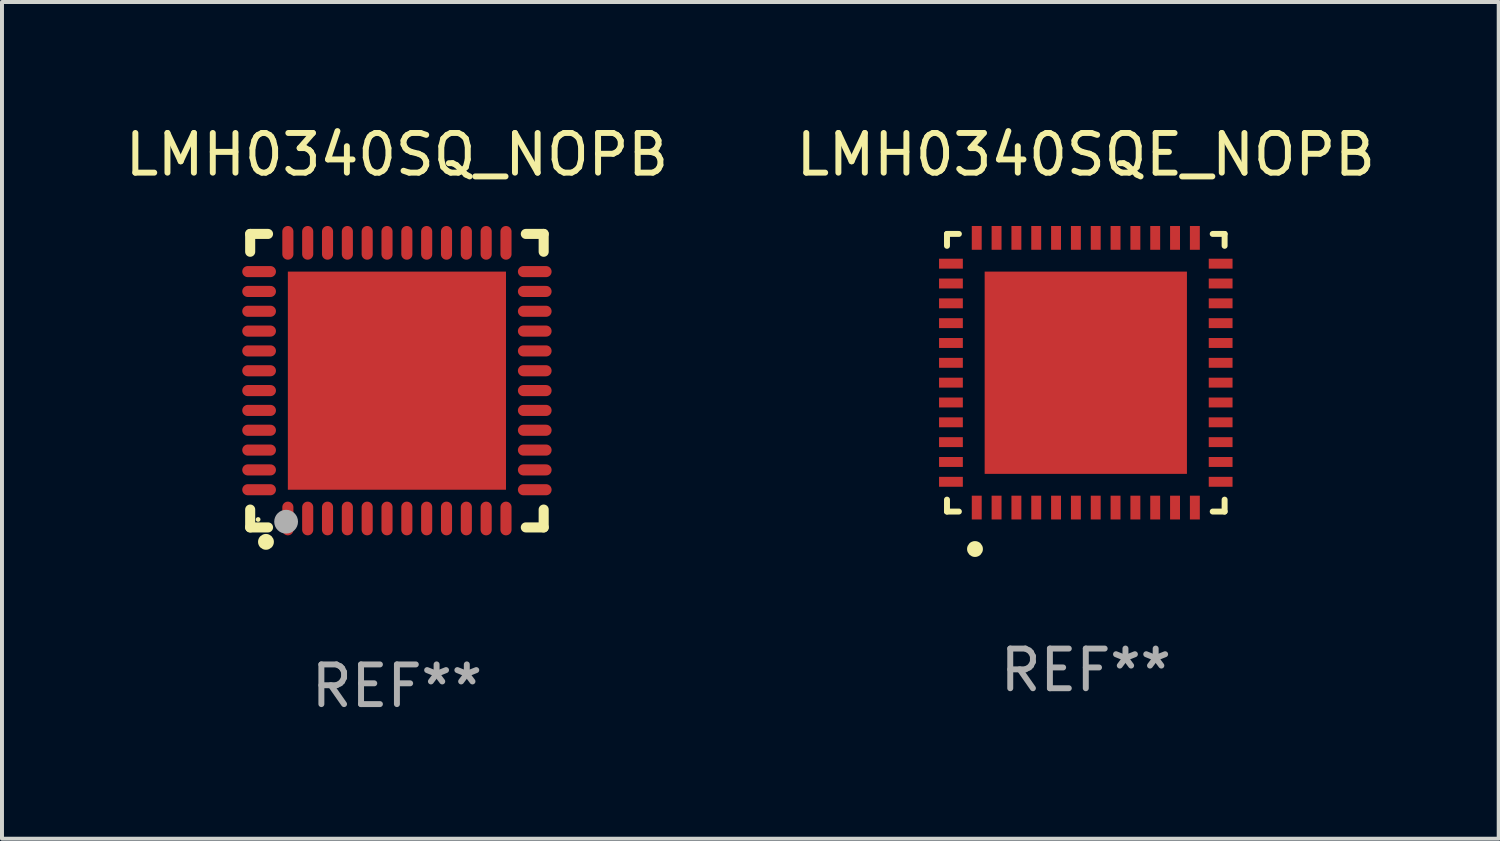
<source format=kicad_pcb>
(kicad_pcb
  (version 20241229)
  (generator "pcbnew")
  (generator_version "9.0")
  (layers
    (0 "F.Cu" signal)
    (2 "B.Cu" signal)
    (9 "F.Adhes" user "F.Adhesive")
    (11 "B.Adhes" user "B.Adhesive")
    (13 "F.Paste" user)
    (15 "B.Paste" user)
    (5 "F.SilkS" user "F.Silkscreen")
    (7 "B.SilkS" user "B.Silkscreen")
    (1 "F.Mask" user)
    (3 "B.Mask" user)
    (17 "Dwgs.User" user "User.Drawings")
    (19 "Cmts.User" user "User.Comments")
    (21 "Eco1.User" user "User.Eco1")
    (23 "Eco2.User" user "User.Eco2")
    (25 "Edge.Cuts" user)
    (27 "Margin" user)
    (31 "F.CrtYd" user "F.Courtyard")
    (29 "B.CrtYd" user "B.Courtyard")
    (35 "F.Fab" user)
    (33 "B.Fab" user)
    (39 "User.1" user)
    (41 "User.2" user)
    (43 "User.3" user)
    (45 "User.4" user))
  (footprint "LMH0340SQ_NOPB"
    (layer "F.Cu")
    (at 6.958 6.548)
    (property "Reference" "LMH0340SQ_NOPB" (at 0 -5.7 0) (layer "F.SilkS") (effects (font (size 1 1) (thickness 0.15))))
    (attr through_hole)
    (fp_line (start -3.7 -3.7) (end -3.25 -3.7) (stroke (width 0.254) (type solid)) (layer "F.SilkS"))
    (fp_line (start -3.7 -3.25) (end -3.7 -3.7) (stroke (width 0.254) (type solid)) (layer "F.SilkS"))
    (fp_line (start -3.7 3.7) (end -3.7 3.25) (stroke (width 0.254) (type solid)) (layer "F.SilkS"))
    (fp_line (start -3.25 3.7) (end -3.7 3.7) (stroke (width 0.254) (type solid)) (layer "F.SilkS"))
    (fp_line (start 3.25 3.7) (end 3.7 3.7) (stroke (width 0.254) (type solid)) (layer "F.SilkS"))
    (fp_line (start 3.7 -3.7) (end 3.25 -3.7) (stroke (width 0.254) (type solid)) (layer "F.SilkS"))
    (fp_line (start 3.7 -3.25) (end 3.7 -3.7) (stroke (width 0.254) (type solid)) (layer "F.SilkS"))
    (fp_line (start 3.7 3.7) (end 3.7 3.25) (stroke (width 0.254) (type solid)) (layer "F.SilkS"))
    (fp_circle (center -3.5 3.5) (end -3.47 3.5) (stroke (width 0.06) (type solid)) (fill no) (layer "F.SilkS"))
    (fp_circle (center -3.302 4.064) (end -3.202 4.064) (stroke (width 0.2) (type solid)) (fill no) (layer "F.SilkS"))
    (fp_circle (center -2.794 3.556) (end -2.644 3.556) (stroke (width 0.3) (type solid)) (fill no) (layer "F.Fab"))
    (fp_text user "REF**" (at 0 7.7 0) (layer "F.Fab") (effects (font (size 1 1) (thickness 0.15))))
    (pad "1" smd oval (at -2.75 3.475) (size 0.28 0.85) (layers "F.Cu" "F.Mask" "F.Paste"))
    (pad "2" smd oval (at -2.25 3.475) (size 0.28 0.85) (layers "F.Cu" "F.Mask" "F.Paste"))
    (pad "3" smd oval (at -1.75 3.475) (size 0.28 0.85) (layers "F.Cu" "F.Mask" "F.Paste"))
    (pad "4" smd oval (at -1.25 3.475) (size 0.28 0.85) (layers "F.Cu" "F.Mask" "F.Paste"))
    (pad "5" smd oval (at -0.75 3.475) (size 0.28 0.85) (layers "F.Cu" "F.Mask" "F.Paste"))
    (pad "6" smd oval (at -0.25 3.475) (size 0.28 0.85) (layers "F.Cu" "F.Mask" "F.Paste"))
    (pad "7" smd oval (at 0.25 3.475) (size 0.28 0.85) (layers "F.Cu" "F.Mask" "F.Paste"))
    (pad "8" smd oval (at 0.75 3.475) (size 0.28 0.85) (layers "F.Cu" "F.Mask" "F.Paste"))
    (pad "9" smd oval (at 1.25 3.475) (size 0.28 0.85) (layers "F.Cu" "F.Mask" "F.Paste"))
    (pad "10" smd oval (at 1.75 3.475) (size 0.28 0.85) (layers "F.Cu" "F.Mask" "F.Paste"))
    (pad "11" smd oval (at 2.25 3.475) (size 0.28 0.85) (layers "F.Cu" "F.Mask" "F.Paste"))
    (pad "12" smd oval (at 2.75 3.475) (size 0.28 0.85) (layers "F.Cu" "F.Mask" "F.Paste"))
    (pad "13" smd oval (at 3.475 2.75) (size 0.85 0.28) (layers "F.Cu" "F.Mask" "F.Paste"))
    (pad "14" smd oval (at 3.475 2.25) (size 0.85 0.28) (layers "F.Cu" "F.Mask" "F.Paste"))
    (pad "15" smd oval (at 3.475 1.75) (size 0.85 0.28) (layers "F.Cu" "F.Mask" "F.Paste"))
    (pad "16" smd oval (at 3.475 1.25) (size 0.85 0.28) (layers "F.Cu" "F.Mask" "F.Paste"))
    (pad "17" smd oval (at 3.475 0.75) (size 0.85 0.28) (layers "F.Cu" "F.Mask" "F.Paste"))
    (pad "18" smd oval (at 3.475 0.25) (size 0.85 0.28) (layers "F.Cu" "F.Mask" "F.Paste"))
    (pad "19" smd oval (at 3.475 -0.25) (size 0.85 0.28) (layers "F.Cu" "F.Mask" "F.Paste"))
    (pad "20" smd oval (at 3.475 -0.75) (size 0.85 0.28) (layers "F.Cu" "F.Mask" "F.Paste"))
    (pad "21" smd oval (at 3.475 -1.25) (size 0.85 0.28) (layers "F.Cu" "F.Mask" "F.Paste"))
    (pad "22" smd oval (at 3.475 -1.75) (size 0.85 0.28) (layers "F.Cu" "F.Mask" "F.Paste"))
    (pad "23" smd oval (at 3.475 -2.25) (size 0.85 0.28) (layers "F.Cu" "F.Mask" "F.Paste"))
    (pad "24" smd oval (at 3.475 -2.75) (size 0.85 0.28) (layers "F.Cu" "F.Mask" "F.Paste"))
    (pad "25" smd oval (at 2.75 -3.475) (size 0.28 0.85) (layers "F.Cu" "F.Mask" "F.Paste"))
    (pad "26" smd oval (at 2.25 -3.475) (size 0.28 0.85) (layers "F.Cu" "F.Mask" "F.Paste"))
    (pad "27" smd oval (at 1.75 -3.475) (size 0.28 0.85) (layers "F.Cu" "F.Mask" "F.Paste"))
    (pad "28" smd oval (at 1.25 -3.475) (size 0.28 0.85) (layers "F.Cu" "F.Mask" "F.Paste"))
    (pad "29" smd oval (at 0.75 -3.475) (size 0.28 0.85) (layers "F.Cu" "F.Mask" "F.Paste"))
    (pad "30" smd oval (at 0.25 -3.475) (size 0.28 0.85) (layers "F.Cu" "F.Mask" "F.Paste"))
    (pad "31" smd oval (at -0.25 -3.475) (size 0.28 0.85) (layers "F.Cu" "F.Mask" "F.Paste"))
    (pad "32" smd oval (at -0.75 -3.475) (size 0.28 0.85) (layers "F.Cu" "F.Mask" "F.Paste"))
    (pad "33" smd oval (at -1.25 -3.475) (size 0.28 0.85) (layers "F.Cu" "F.Mask" "F.Paste"))
    (pad "34" smd oval (at -1.75 -3.475) (size 0.28 0.85) (layers "F.Cu" "F.Mask" "F.Paste"))
    (pad "35" smd oval (at -2.25 -3.475) (size 0.28 0.85) (layers "F.Cu" "F.Mask" "F.Paste"))
    (pad "36" smd oval (at -2.75 -3.475) (size 0.28 0.85) (layers "F.Cu" "F.Mask" "F.Paste"))
    (pad "37" smd oval (at -3.475 -2.75) (size 0.85 0.28) (layers "F.Cu" "F.Mask" "F.Paste"))
    (pad "38" smd oval (at -3.475 -2.25) (size 0.85 0.28) (layers "F.Cu" "F.Mask" "F.Paste"))
    (pad "39" smd oval (at -3.475 -1.75) (size 0.85 0.28) (layers "F.Cu" "F.Mask" "F.Paste"))
    (pad "40" smd oval (at -3.475 -1.25) (size 0.85 0.28) (layers "F.Cu" "F.Mask" "F.Paste"))
    (pad "41" smd oval (at -3.475 -0.75) (size 0.85 0.28) (layers "F.Cu" "F.Mask" "F.Paste"))
    (pad "42" smd oval (at -3.475 -0.25) (size 0.85 0.28) (layers "F.Cu" "F.Mask" "F.Paste"))
    (pad "43" smd oval (at -3.475 0.25) (size 0.85 0.28) (layers "F.Cu" "F.Mask" "F.Paste"))
    (pad "44" smd oval (at -3.475 0.75) (size 0.85 0.28) (layers "F.Cu" "F.Mask" "F.Paste"))
    (pad "45" smd oval (at -3.475 1.25) (size 0.85 0.28) (layers "F.Cu" "F.Mask" "F.Paste"))
    (pad "46" smd oval (at -3.475 1.75) (size 0.85 0.28) (layers "F.Cu" "F.Mask" "F.Paste"))
    (pad "47" smd oval (at -3.475 2.25) (size 0.85 0.28) (layers "F.Cu" "F.Mask" "F.Paste"))
    (pad "48" smd oval (at -3.475 2.75) (size 0.85 0.28) (layers "F.Cu" "F.Mask" "F.Paste"))
    (pad "49" smd rect (at -0.000102 0.000102) (size 5.5 5.5) (layers "F.Cu" "F.Mask" "F.Paste")))
  (footprint "LMH0340SQE_NOPB"
    (layer "F.Cu")
    (at 24.327 6.348)
    (property "Reference" "LMH0340SQE_NOPB" (at 0 -5.5 0) (layer "F.SilkS") (effects (font (size 1 1) (thickness 0.15))))
    (attr through_hole)
    (fp_line (start -3.5 -3.5) (end -3.2 -3.5) (stroke (width 0.15) (type solid)) (layer "F.SilkS"))
    (fp_line (start -3.5 -3.2) (end -3.5 -3.5) (stroke (width 0.15) (type solid)) (layer "F.SilkS"))
    (fp_line (start -3.5 3.5) (end -3.5 3.2) (stroke (width 0.15) (type solid)) (layer "F.SilkS"))
    (fp_line (start -3.2 3.5) (end -3.5 3.5) (stroke (width 0.15) (type solid)) (layer "F.SilkS"))
    (fp_line (start 3.2 -3.5) (end 3.5 -3.5) (stroke (width 0.15) (type solid)) (layer "F.SilkS"))
    (fp_line (start 3.5 -3.5) (end 3.5 -3.2) (stroke (width 0.15) (type solid)) (layer "F.SilkS"))
    (fp_line (start 3.5 3.2) (end 3.5 3.5) (stroke (width 0.15) (type solid)) (layer "F.SilkS"))
    (fp_line (start 3.5 3.5) (end 3.2 3.5) (stroke (width 0.15) (type solid)) (layer "F.SilkS"))
    (fp_circle (center -2.794 4.445) (end -2.694 4.445) (stroke (width 0.2) (type solid)) (fill no) (layer "F.SilkS"))
    (fp_text user "REF**" (at 0 7.5 0) (layer "F.Fab") (effects (font (size 1 1) (thickness 0.15))))
    (pad "1" smd rect (at -2.75 3.4 180) (size 0.25 0.6) (layers "F.Cu" "F.Mask" "F.Paste"))
    (pad "2" smd rect (at -2.25 3.4 180) (size 0.25 0.6) (layers "F.Cu" "F.Mask" "F.Paste"))
    (pad "3" smd rect (at -1.75 3.4 180) (size 0.25 0.6) (layers "F.Cu" "F.Mask" "F.Paste"))
    (pad "4" smd rect (at -1.25 3.4 180) (size 0.25 0.6) (layers "F.Cu" "F.Mask" "F.Paste"))
    (pad "5" smd rect (at -0.75 3.4 180) (size 0.25 0.6) (layers "F.Cu" "F.Mask" "F.Paste"))
    (pad "6" smd rect (at -0.25 3.4 180) (size 0.25 0.6) (layers "F.Cu" "F.Mask" "F.Paste"))
    (pad "7" smd rect (at 0.25 3.4 180) (size 0.25 0.6) (layers "F.Cu" "F.Mask" "F.Paste"))
    (pad "8" smd rect (at 0.75 3.4 180) (size 0.25 0.6) (layers "F.Cu" "F.Mask" "F.Paste"))
    (pad "9" smd rect (at 1.25 3.4 180) (size 0.25 0.6) (layers "F.Cu" "F.Mask" "F.Paste"))
    (pad "10" smd rect (at 1.75 3.4 180) (size 0.25 0.6) (layers "F.Cu" "F.Mask" "F.Paste"))
    (pad "11" smd rect (at 2.25 3.4 180) (size 0.25 0.6) (layers "F.Cu" "F.Mask" "F.Paste"))
    (pad "12" smd rect (at 2.75 3.4 180) (size 0.25 0.6) (layers "F.Cu" "F.Mask" "F.Paste"))
    (pad "13" smd rect (at 3.4 2.75 90) (size 0.25 0.6) (layers "F.Cu" "F.Mask" "F.Paste"))
    (pad "14" smd rect (at 3.4 2.25 90) (size 0.25 0.6) (layers "F.Cu" "F.Mask" "F.Paste"))
    (pad "15" smd rect (at 3.4 1.75 90) (size 0.25 0.6) (layers "F.Cu" "F.Mask" "F.Paste"))
    (pad "16" smd rect (at 3.4 1.25 90) (size 0.25 0.6) (layers "F.Cu" "F.Mask" "F.Paste"))
    (pad "17" smd rect (at 3.4 0.75 90) (size 0.25 0.6) (layers "F.Cu" "F.Mask" "F.Paste"))
    (pad "18" smd rect (at 3.4 0.25 90) (size 0.25 0.6) (layers "F.Cu" "F.Mask" "F.Paste"))
    (pad "19" smd rect (at 3.4 -0.25 90) (size 0.25 0.6) (layers "F.Cu" "F.Mask" "F.Paste"))
    (pad "20" smd rect (at 3.4 -0.75 90) (size 0.25 0.6) (layers "F.Cu" "F.Mask" "F.Paste"))
    (pad "21" smd rect (at 3.4 -1.25 90) (size 0.25 0.6) (layers "F.Cu" "F.Mask" "F.Paste"))
    (pad "22" smd rect (at 3.4 -1.75 90) (size 0.25 0.6) (layers "F.Cu" "F.Mask" "F.Paste"))
    (pad "23" smd rect (at 3.4 -2.25 90) (size 0.25 0.6) (layers "F.Cu" "F.Mask" "F.Paste"))
    (pad "24" smd rect (at 3.4 -2.75 90) (size 0.25 0.6) (layers "F.Cu" "F.Mask" "F.Paste"))
    (pad "25" smd rect (at 2.75 -3.4 180) (size 0.25 0.6) (layers "F.Cu" "F.Mask" "F.Paste"))
    (pad "26" smd rect (at 2.25 -3.4 180) (size 0.25 0.6) (layers "F.Cu" "F.Mask" "F.Paste"))
    (pad "27" smd rect (at 1.75 -3.4 180) (size 0.25 0.6) (layers "F.Cu" "F.Mask" "F.Paste"))
    (pad "28" smd rect (at 1.25 -3.4 180) (size 0.25 0.6) (layers "F.Cu" "F.Mask" "F.Paste"))
    (pad "29" smd rect (at 0.75 -3.4 180) (size 0.25 0.6) (layers "F.Cu" "F.Mask" "F.Paste"))
    (pad "30" smd rect (at 0.25 -3.4 180) (size 0.25 0.6) (layers "F.Cu" "F.Mask" "F.Paste"))
    (pad "31" smd rect (at -0.25 -3.4 180) (size 0.25 0.6) (layers "F.Cu" "F.Mask" "F.Paste"))
    (pad "32" smd rect (at -0.75 -3.4 180) (size 0.25 0.6) (layers "F.Cu" "F.Mask" "F.Paste"))
    (pad "33" smd rect (at -1.25 -3.4 180) (size 0.25 0.6) (layers "F.Cu" "F.Mask" "F.Paste"))
    (pad "34" smd rect (at -1.75 -3.4 180) (size 0.25 0.6) (layers "F.Cu" "F.Mask" "F.Paste"))
    (pad "35" smd rect (at -2.25 -3.4 180) (size 0.25 0.6) (layers "F.Cu" "F.Mask" "F.Paste"))
    (pad "36" smd rect (at -2.75 -3.4 180) (size 0.25 0.6) (layers "F.Cu" "F.Mask" "F.Paste"))
    (pad "37" smd rect (at -3.4 -2.75 90) (size 0.25 0.6) (layers "F.Cu" "F.Mask" "F.Paste"))
    (pad "38" smd rect (at -3.4 -2.25 90) (size 0.25 0.6) (layers "F.Cu" "F.Mask" "F.Paste"))
    (pad "39" smd rect (at -3.4 -1.75 90) (size 0.25 0.6) (layers "F.Cu" "F.Mask" "F.Paste"))
    (pad "40" smd rect (at -3.4 -1.25 90) (size 0.25 0.6) (layers "F.Cu" "F.Mask" "F.Paste"))
    (pad "41" smd rect (at -3.4 -0.75 90) (size 0.25 0.6) (layers "F.Cu" "F.Mask" "F.Paste"))
    (pad "42" smd rect (at -3.4 -0.25 90) (size 0.25 0.6) (layers "F.Cu" "F.Mask" "F.Paste"))
    (pad "43" smd rect (at -3.4 0.25 90) (size 0.25 0.6) (layers "F.Cu" "F.Mask" "F.Paste"))
    (pad "44" smd rect (at -3.4 0.75 90) (size 0.25 0.6) (layers "F.Cu" "F.Mask" "F.Paste"))
    (pad "45" smd rect (at -3.4 1.25 90) (size 0.25 0.6) (layers "F.Cu" "F.Mask" "F.Paste"))
    (pad "46" smd rect (at -3.4 1.75 90) (size 0.25 0.6) (layers "F.Cu" "F.Mask" "F.Paste"))
    (pad "47" smd rect (at -3.4 2.25 90) (size 0.25 0.6) (layers "F.Cu" "F.Mask" "F.Paste"))
    (pad "48" smd rect (at -3.4 2.75 90) (size 0.25 0.6) (layers "F.Cu" "F.Mask" "F.Paste"))
    (pad "49" smd rect (at -0.000127 -0.000127 90) (size 5.1 5.1) (layers "F.Cu" "F.Mask" "F.Paste")))
  (gr_rect
    (start -3 -3)
    (end 34.738 18.097)
    (stroke (width 0.1) (type default))
    (fill no)
    (layer "Edge.Cuts")))
</source>
